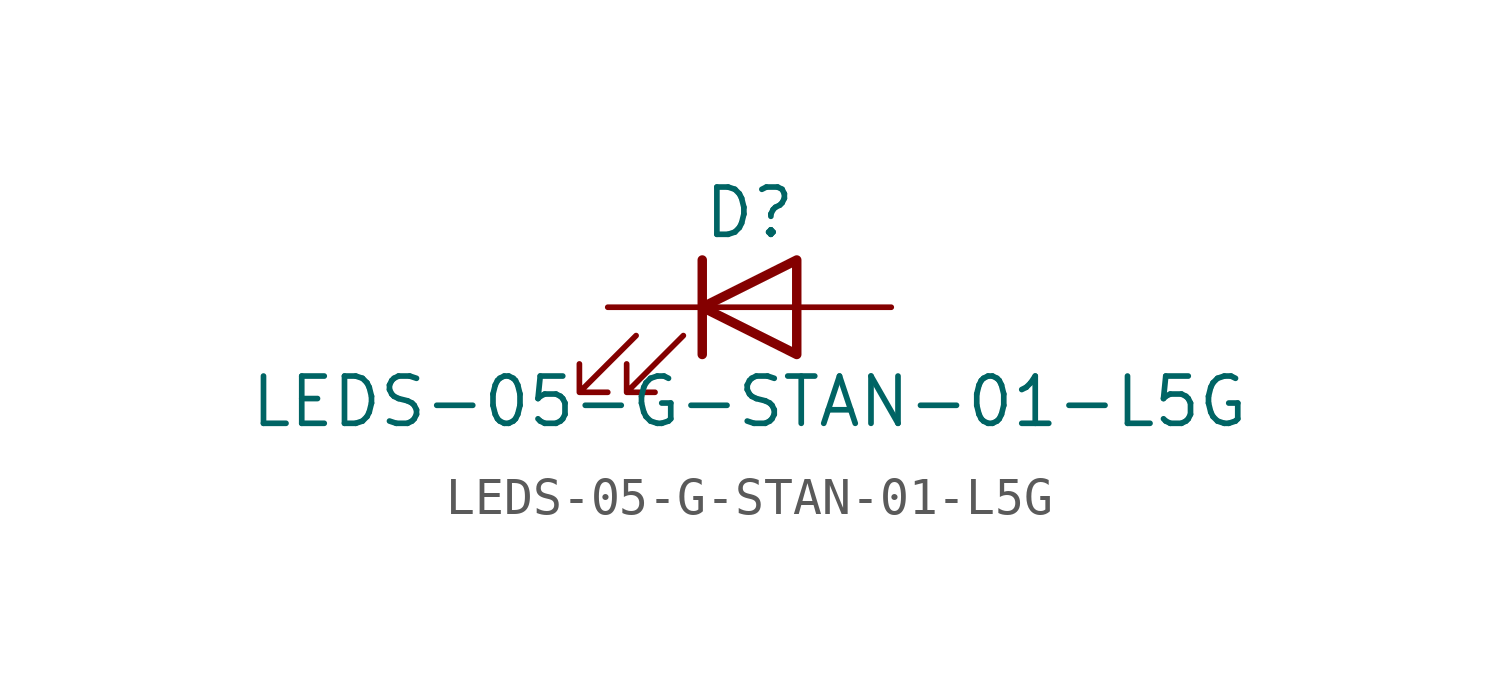
<source format=kicad_sym>
(kicad_symbol_lib
  (version 20211014)
  (generator kicad_symbol_editor)
  (symbol "LEDS-05-G-STAN-01-L5G"
    (pin_numbers hide)
    (pin_names
      (offset 1.016) hide)
    (property "Reference" "D"
      (at 0 2.54 0)
      (effects (font (size 1.27 1.27))))
    (property "Value" "LEDS-05-G-STAN-01-L5G"
      (at 0 -2.54 0)
      (effects (font (size 1.27 1.27))))
    (symbol "LEDS-05-G-STAN-01-L5G_0_1"
      (polyline (pts (xy -1.27 -1.27) (xy -1.27 1.27)) (stroke (width 0.254) (type default) (color 0 0 0 0)) (fill (type none)))
      (polyline (pts (xy -1.27 0) (xy 1.27 0)) (stroke (width 0) (type default) (color 0 0 0 0)) (fill (type none)))
      (polyline (pts (xy 1.27 -1.27) (xy 1.27 1.27) (xy -1.27 0) (xy 1.27 -1.27)) (stroke (width 0.254) (type default) (color 0 0 0 0)) (fill (type none)))
      (polyline (pts (xy -3.048 -0.762) (xy -4.572 -2.286) (xy -3.81 -2.286) (xy -4.572 -2.286) (xy -4.572 -1.524)) (stroke (width 0) (type default) (color 0 0 0 0)) (fill (type none)))
      (polyline (pts (xy -1.778 -0.762) (xy -3.302 -2.286) (xy -2.54 -2.286) (xy -3.302 -2.286) (xy -3.302 -1.524)) (stroke (width 0) (type default) (color 0 0 0 0)) (fill (type none))))
    (symbol "LEDS-05-G-STAN-01-L5G_1_1"
      (pin passive line (at -3.81 0 0) (length 2.54) (name "K" (effects (font (size 1.27 1.27)))) (number "1" (effects (font (size 1.27 1.27)))))
      (pin passive line (at 3.81 0 180) (length 2.54) (name "A" (effects (font (size 1.27 1.27)))) (number "2" (effects (font (size 1.27 1.27))))))))
</source>
